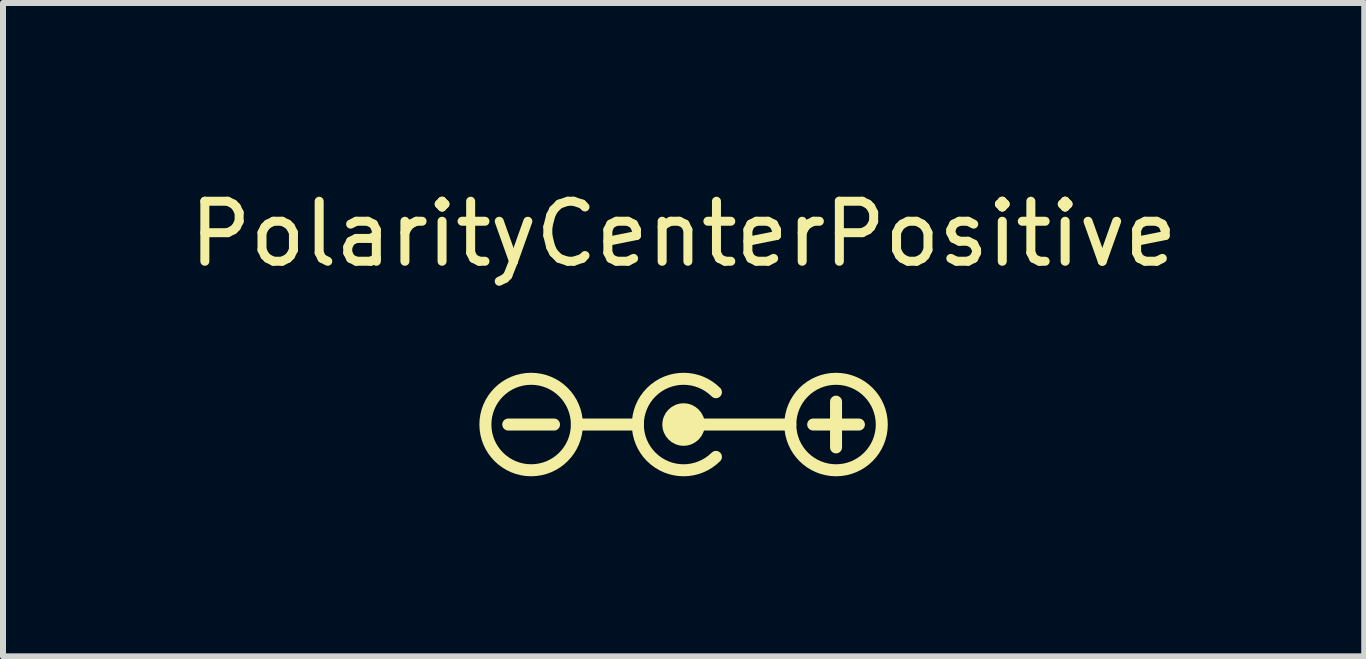
<source format=kicad_pcb>
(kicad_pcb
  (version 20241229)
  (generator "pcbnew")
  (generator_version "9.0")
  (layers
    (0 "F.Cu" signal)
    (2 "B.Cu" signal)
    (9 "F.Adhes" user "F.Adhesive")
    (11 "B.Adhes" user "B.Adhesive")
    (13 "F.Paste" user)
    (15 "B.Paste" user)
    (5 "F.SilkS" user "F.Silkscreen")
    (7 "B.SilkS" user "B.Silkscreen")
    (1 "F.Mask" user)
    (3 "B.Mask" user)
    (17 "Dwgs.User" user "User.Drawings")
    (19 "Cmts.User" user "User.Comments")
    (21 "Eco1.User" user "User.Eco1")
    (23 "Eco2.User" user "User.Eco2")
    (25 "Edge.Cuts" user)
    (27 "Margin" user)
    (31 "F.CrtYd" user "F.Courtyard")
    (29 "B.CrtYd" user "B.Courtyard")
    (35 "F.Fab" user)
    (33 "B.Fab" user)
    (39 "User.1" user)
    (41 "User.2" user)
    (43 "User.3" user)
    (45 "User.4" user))
  (footprint "PolarityCenterPositive"
    (layer "F.Cu")
    (at 8.339 4.023)
    (property "Reference" "PolarityCenterPositive" (at 0 -3.175 0) (layer "F.SilkS") (effects (font (size 1 1) (thickness 0.15))))
    (attr through_hole)
    (fp_line (start -2.921 0) (end -2.159 0) (stroke (width 0.2) (type solid)) (layer "F.SilkS"))
    (fp_line (start -1.778 0) (end -0.762 0) (stroke (width 0.2) (type solid)) (layer "F.SilkS"))
    (fp_line (start 1.778 0) (end 0 0) (stroke (width 0.2) (type solid)) (layer "F.SilkS"))
    (fp_line (start 2.159 0) (end 2.921 0) (stroke (width 0.2) (type solid)) (layer "F.SilkS"))
    (fp_line (start 2.54 -0.381) (end 2.54 0.381) (stroke (width 0.2) (type solid)) (layer "F.SilkS"))
    (fp_arc (start 0.538815 0.538815) (mid -0.761999 0) (end 0.538815 -0.538815) (stroke (width 0.2) (type solid)) (layer "F.SilkS"))
    (fp_circle (center -2.54 0) (end -3.302 0) (stroke (width 0.2) (type solid)) (fill no) (layer "F.SilkS"))
    (fp_circle (center 0 0) (end 0 -0.254) (stroke (width 0.2) (type solid)) (fill no) (layer "F.SilkS"))
    (fp_circle (center 0 0) (end 0 -0.127) (stroke (width 0.2) (type solid)) (fill no) (layer "F.SilkS"))
    (fp_circle (center 2.54 0) (end 3.302 0) (stroke (width 0.2) (type solid)) (fill no) (layer "F.SilkS")))
  (gr_rect
    (start -3 -3)
    (end 19.679 7.885)
    (stroke (width 0.1) (type default))
    (fill no)
    (layer "Edge.Cuts")))
</source>
